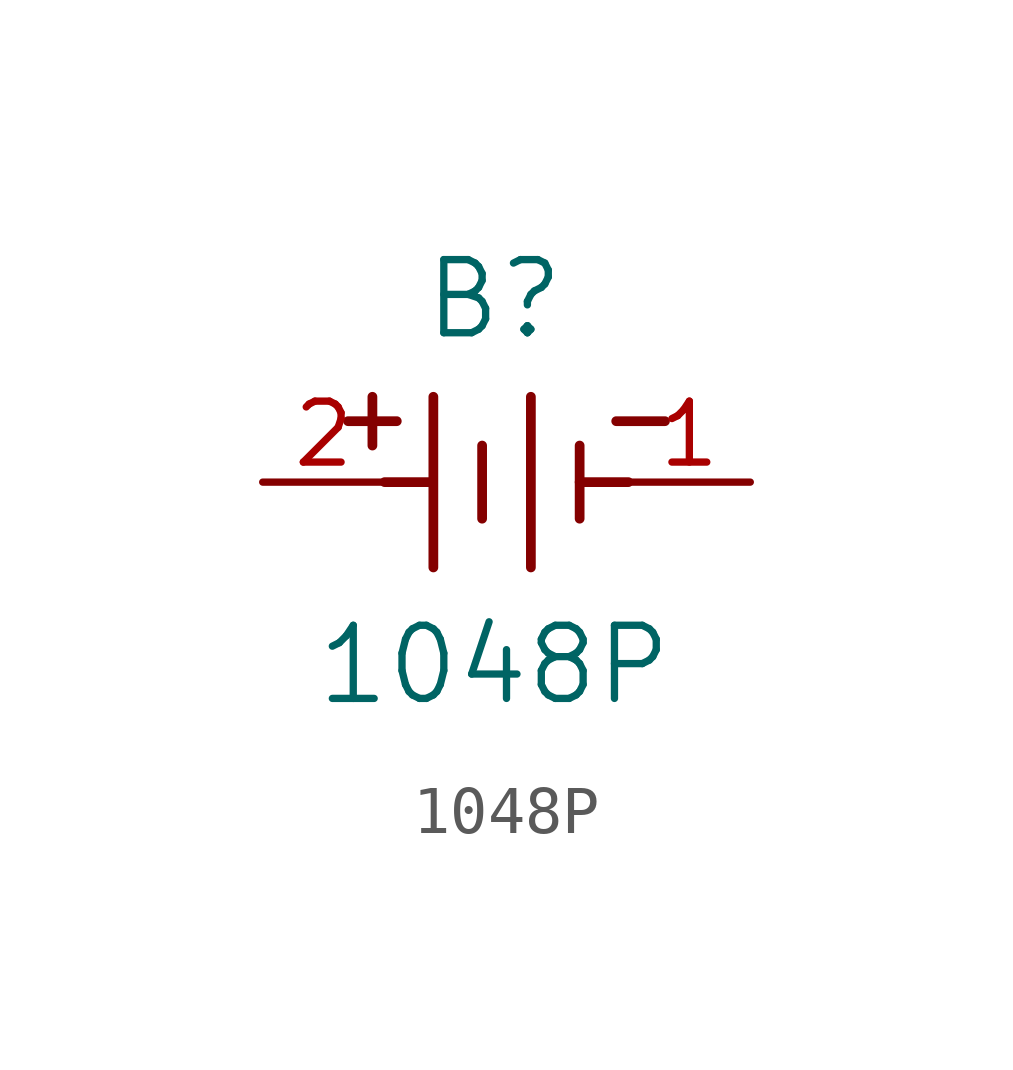
<source format=kicad_sym>
(kicad_symbol_lib
  (version 20211014)
  (generator kicad_symbol_editor)
  (symbol "1048P"
    (pin_names
      (offset 0.254))
    (property "Reference" "B"
      (at 4.826 3.81 0)
      (effects (font (size 1.524 1.524))))
    (property "Value" "1048P"
      (at 4.826 -3.81 0)
      (effects (font (size 1.524 1.524))))
    (symbol "1048P_0_1"
      (polyline (pts (xy 2.286 0.762) (xy 2.286 1.778)) (stroke (width 0.203) (type default) (color 0 0 0 0)) (fill (type none)))
      (polyline (pts (xy 6.604 0) (xy 7.62 0)) (stroke (width 0.203) (type default) (color 0 0 0 0)) (fill (type none)))
      (polyline (pts (xy 3.556 -1.778) (xy 3.556 1.778)) (stroke (width 0.203) (type default) (color 0 0 0 0)) (fill (type none)))
      (polyline (pts (xy 1.778 1.27) (xy 2.794 1.27)) (stroke (width 0.203) (type default) (color 0 0 0 0)) (fill (type none)))
      (polyline (pts (xy 2.54 0) (xy 3.48 0)) (stroke (width 0.203) (type default) (color 0 0 0 0)) (fill (type none)))
      (polyline (pts (xy 5.588 -1.778) (xy 5.588 1.778)) (stroke (width 0.203) (type default) (color 0 0 0 0)) (fill (type none)))
      (polyline (pts (xy 6.604 0.762) (xy 6.604 -0.762)) (stroke (width 0.203) (type default) (color 0 0 0 0)) (fill (type none)))
      (polyline (pts (xy 4.572 0.762) (xy 4.572 -0.762)) (stroke (width 0.203) (type default) (color 0 0 0 0)) (fill (type none)))
      (polyline (pts (xy 7.366 1.27) (xy 8.382 1.27)) (stroke (width 0.203) (type default) (color 0 0 0 0)) (fill (type none)))
      (pin unspecified line (at 10.16 0 180) (length 2.54) (name "" (effects (font (size 1.27 1.27)))) (number "1" (effects (font (size 1.27 1.27)))))
      (pin unspecified line (at 0 0 0) (length 2.54) (name "" (effects (font (size 1.27 1.27)))) (number "2" (effects (font (size 1.27 1.27))))))))
</source>
